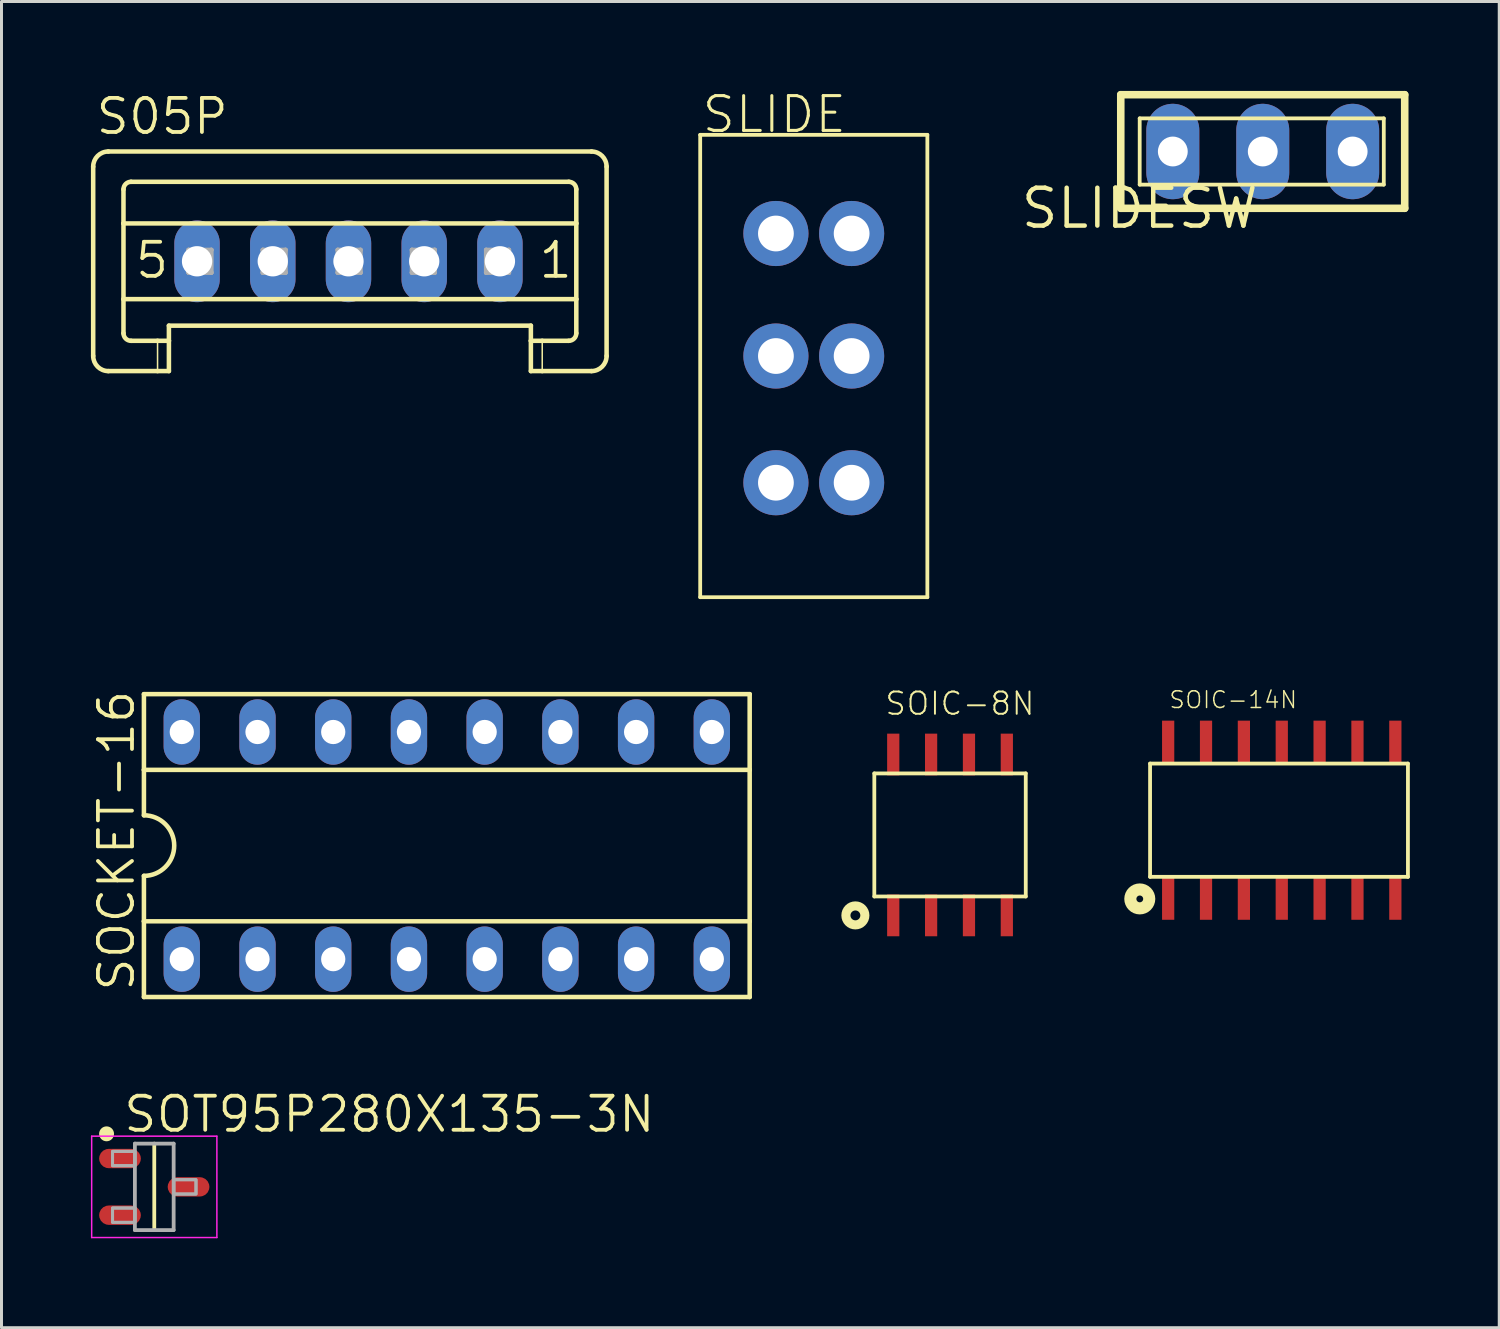
<source format=kicad_pcb>
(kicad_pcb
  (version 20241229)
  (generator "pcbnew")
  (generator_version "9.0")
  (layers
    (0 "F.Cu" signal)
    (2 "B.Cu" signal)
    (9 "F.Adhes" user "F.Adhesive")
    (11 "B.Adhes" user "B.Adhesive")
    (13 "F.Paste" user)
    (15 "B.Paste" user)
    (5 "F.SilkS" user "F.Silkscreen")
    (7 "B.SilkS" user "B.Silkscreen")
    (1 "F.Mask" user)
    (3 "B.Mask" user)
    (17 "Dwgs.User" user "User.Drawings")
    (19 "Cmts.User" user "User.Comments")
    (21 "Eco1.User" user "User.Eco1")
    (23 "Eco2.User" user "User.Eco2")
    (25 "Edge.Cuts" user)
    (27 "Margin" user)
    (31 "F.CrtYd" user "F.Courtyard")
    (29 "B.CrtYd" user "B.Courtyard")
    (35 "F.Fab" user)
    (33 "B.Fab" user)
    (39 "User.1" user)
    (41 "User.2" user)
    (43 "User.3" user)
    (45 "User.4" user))
  (footprint "SOIC-14N"
    (layer "F.Cu")
    (at 39.629 24.564)
    (property "Reference" "SOIC-14N" (at -3.493 -3.81 0) (layer "F.SilkS") (effects (font (size 0.561 0.561) (thickness 0.049)) (justify left bottom)))
    (fp_line (start -4.1 -2) (end -4.1 1.8) (stroke (width 0.127) (type solid)) (layer "F.SilkS"))
    (fp_line (start -4.1 1.8) (end 4.55 1.8) (stroke (width 0.127) (type solid)) (layer "F.SilkS"))
    (fp_line (start 4.55 -2) (end -4.1 -2) (stroke (width 0.127) (type solid)) (layer "F.SilkS"))
    (fp_line (start 4.55 1.8) (end 4.55 -2) (stroke (width 0.127) (type solid)) (layer "F.SilkS"))
    (fp_circle (center -4.445 2.54) (end -4.128 2.54) (stroke (width 0.406) (type solid)) (fill no) (layer "F.SilkS"))
    (pad "1" smd rect (at -3.493 2.54 90) (size 1.4 0.41) (layers "F.Cu" "F.Mask" "F.Paste"))
    (pad "2" smd rect (at -2.223 2.54 90) (size 1.4 0.41) (layers "F.Cu" "F.Mask" "F.Paste"))
    (pad "3" smd rect (at -0.953 2.54 90) (size 1.4 0.41) (layers "F.Cu" "F.Mask" "F.Paste"))
    (pad "4" smd rect (at 0.318 2.54 90) (size 1.4 0.41) (layers "F.Cu" "F.Mask" "F.Paste"))
    (pad "5" smd rect (at 1.587 2.54 90) (size 1.4 0.41) (layers "F.Cu" "F.Mask" "F.Paste"))
    (pad "6" smd rect (at 2.857 2.54 90) (size 1.4 0.41) (layers "F.Cu" "F.Mask" "F.Paste"))
    (pad "7" smd rect (at 4.128 2.54 90) (size 1.4 0.41) (layers "F.Cu" "F.Mask" "F.Paste"))
    (pad "8" smd rect (at 4.128 -2.74 90) (size 1.4 0.41) (layers "F.Cu" "F.Mask" "F.Paste"))
    (pad "9" smd rect (at 2.857 -2.74 90) (size 1.4 0.41) (layers "F.Cu" "F.Mask" "F.Paste"))
    (pad "10" smd rect (at 1.587 -2.74 90) (size 1.4 0.41) (layers "F.Cu" "F.Mask" "F.Paste"))
    (pad "11" smd rect (at 0.318 -2.74 90) (size 1.4 0.41) (layers "F.Cu" "F.Mask" "F.Paste"))
    (pad "12" smd rect (at -0.953 -2.74 90) (size 1.4 0.41) (layers "F.Cu" "F.Mask" "F.Paste"))
    (pad "13" smd rect (at -2.223 -2.74 90) (size 1.4 0.41) (layers "F.Cu" "F.Mask" "F.Paste"))
    (pad "14" smd rect (at -3.493 -2.74 90) (size 1.4 0.41) (layers "F.Cu" "F.Mask" "F.Paste")))
  (footprint "SOCKET-16"
    (layer "F.Cu")
    (at 11.938 25.315)
    (property "Reference" "SOCKET-16" (at -10.414 4.953 90) (layer "F.SilkS") (effects (font (size 1.143 1.143) (thickness 0.127)) (justify left bottom)))
    (fp_line (start -10.16 -5.08) (end -10.16 -2.54) (stroke (width 0.152) (type solid)) (layer "F.SilkS"))
    (fp_line (start -10.16 -2.54) (end -10.16 -1.016) (stroke (width 0.152) (type solid)) (layer "F.SilkS"))
    (fp_line (start -10.16 -2.54) (end 10.16 -2.54) (stroke (width 0.152) (type solid)) (layer "F.SilkS"))
    (fp_line (start -10.16 2.54) (end -10.16 1.016) (stroke (width 0.152) (type solid)) (layer "F.SilkS"))
    (fp_line (start -10.16 2.54) (end 10.16 2.54) (stroke (width 0.152) (type solid)) (layer "F.SilkS"))
    (fp_line (start -10.16 5.08) (end -10.16 2.54) (stroke (width 0.152) (type solid)) (layer "F.SilkS"))
    (fp_line (start -10.16 5.08) (end 10.16 5.08) (stroke (width 0.152) (type solid)) (layer "F.SilkS"))
    (fp_line (start 10.16 -5.08) (end -10.16 -5.08) (stroke (width 0.152) (type solid)) (layer "F.SilkS"))
    (fp_line (start 10.16 -5.08) (end 10.16 -2.54) (stroke (width 0.152) (type solid)) (layer "F.SilkS"))
    (fp_line (start 10.16 -2.54) (end 10.16 2.54) (stroke (width 0.152) (type solid)) (layer "F.SilkS"))
    (fp_line (start 10.16 2.54) (end 10.16 5.08) (stroke (width 0.152) (type solid)) (layer "F.SilkS"))
    (fp_arc (start -10.16 -1.016) (mid -9.144 0) (end -10.16 1.016) (stroke (width 0.1524) (type solid)) (layer "F.SilkS"))
    (pad "1" thru_hole oval (at -8.89 3.81 90) (size 2.195 1.219) (drill 0.813) (layers "*.Cu" "*.Mask"))
    (pad "2" thru_hole oval (at -6.35 3.81 90) (size 2.195 1.219) (drill 0.813) (layers "*.Cu" "*.Mask"))
    (pad "3" thru_hole oval (at -3.81 3.81 90) (size 2.195 1.219) (drill 0.813) (layers "*.Cu" "*.Mask"))
    (pad "4" thru_hole oval (at -1.27 3.81 90) (size 2.195 1.219) (drill 0.813) (layers "*.Cu" "*.Mask"))
    (pad "5" thru_hole oval (at 1.27 3.81 90) (size 2.195 1.219) (drill 0.813) (layers "*.Cu" "*.Mask"))
    (pad "6" thru_hole oval (at 3.81 3.81 90) (size 2.195 1.219) (drill 0.813) (layers "*.Cu" "*.Mask"))
    (pad "7" thru_hole oval (at 6.35 3.81 90) (size 2.195 1.219) (drill 0.813) (layers "*.Cu" "*.Mask"))
    (pad "8" thru_hole oval (at 8.89 3.81 90) (size 2.195 1.219) (drill 0.813) (layers "*.Cu" "*.Mask"))
    (pad "9" thru_hole oval (at 8.89 -3.81 90) (size 2.195 1.219) (drill 0.813) (layers "*.Cu" "*.Mask"))
    (pad "10" thru_hole oval (at 6.35 -3.81 90) (size 2.195 1.219) (drill 0.813) (layers "*.Cu" "*.Mask"))
    (pad "11" thru_hole oval (at 3.81 -3.81 90) (size 2.195 1.219) (drill 0.813) (layers "*.Cu" "*.Mask"))
    (pad "12" thru_hole oval (at 1.27 -3.81 90) (size 2.195 1.219) (drill 0.813) (layers "*.Cu" "*.Mask"))
    (pad "13" thru_hole oval (at -1.27 -3.81 90) (size 2.195 1.219) (drill 0.813) (layers "*.Cu" "*.Mask"))
    (pad "14" thru_hole oval (at -3.81 -3.81 90) (size 2.195 1.219) (drill 0.813) (layers "*.Cu" "*.Mask"))
    (pad "15" thru_hole oval (at -6.35 -3.81 90) (size 2.195 1.219) (drill 0.813) (layers "*.Cu" "*.Mask"))
    (pad "16" thru_hole oval (at -8.89 -3.81 90) (size 2.195 1.219) (drill 0.813) (layers "*.Cu" "*.Mask")))
  (footprint "S05P"
    (layer "F.Cu")
    (at 8.64 5.715)
    (property "Reference" "S05P" (at -8.538 -4.191 0) (layer "F.SilkS") (effects (font (size 1.143 1.143) (thickness 0.127)) (justify left bottom)))
    (fp_line (start -8.564 -3.175) (end -8.564 3.175) (stroke (width 0.152) (type solid)) (layer "F.SilkS"))
    (fp_line (start -8.056 -3.683) (end 8.15 -3.683) (stroke (width 0.152) (type solid)) (layer "F.SilkS"))
    (fp_line (start -7.548 -1.27) (end -7.548 -2.413) (stroke (width 0.152) (type solid)) (layer "F.SilkS"))
    (fp_line (start -7.548 -1.27) (end 7.642 -1.27) (stroke (width 0.152) (type solid)) (layer "F.SilkS"))
    (fp_line (start -7.548 1.27) (end -7.548 -1.27) (stroke (width 0.152) (type solid)) (layer "F.SilkS"))
    (fp_line (start -7.548 1.27) (end 7.642 1.27) (stroke (width 0.152) (type solid)) (layer "F.SilkS"))
    (fp_line (start -7.548 2.413) (end -7.548 1.27) (stroke (width 0.152) (type solid)) (layer "F.SilkS"))
    (fp_line (start -7.294 -2.667) (end 7.388 -2.667) (stroke (width 0.152) (type solid)) (layer "F.SilkS"))
    (fp_line (start -7.294 2.667) (end -6.405 2.667) (stroke (width 0.152) (type solid)) (layer "F.SilkS"))
    (fp_line (start -6.405 2.667) (end -6.405 3.683) (stroke (width 0.051) (type solid)) (layer "F.SilkS"))
    (fp_line (start -6.405 2.667) (end -6.024 2.667) (stroke (width 0.152) (type solid)) (layer "F.SilkS"))
    (fp_line (start -6.405 3.683) (end -8.056 3.683) (stroke (width 0.152) (type solid)) (layer "F.SilkS"))
    (fp_line (start -6.024 2.159) (end 6.118 2.159) (stroke (width 0.152) (type solid)) (layer "F.SilkS"))
    (fp_line (start -6.024 2.667) (end -6.024 2.159) (stroke (width 0.152) (type solid)) (layer "F.SilkS"))
    (fp_line (start -6.024 2.667) (end -6.024 3.683) (stroke (width 0.152) (type solid)) (layer "F.SilkS"))
    (fp_line (start -6.024 3.683) (end -6.405 3.683) (stroke (width 0.152) (type solid)) (layer "F.SilkS"))
    (fp_line (start 6.118 2.667) (end 6.118 2.159) (stroke (width 0.152) (type solid)) (layer "F.SilkS"))
    (fp_line (start 6.118 2.667) (end 6.499 2.667) (stroke (width 0.152) (type solid)) (layer "F.SilkS"))
    (fp_line (start 6.118 3.683) (end 6.118 2.667) (stroke (width 0.152) (type solid)) (layer "F.SilkS"))
    (fp_line (start 6.499 2.667) (end 6.499 3.683) (stroke (width 0.051) (type solid)) (layer "F.SilkS"))
    (fp_line (start 6.499 2.667) (end 7.388 2.667) (stroke (width 0.152) (type solid)) (layer "F.SilkS"))
    (fp_line (start 6.499 3.683) (end 6.118 3.683) (stroke (width 0.152) (type solid)) (layer "F.SilkS"))
    (fp_line (start 7.642 -1.27) (end 7.642 -2.413) (stroke (width 0.152) (type solid)) (layer "F.SilkS"))
    (fp_line (start 7.642 1.27) (end 7.642 -1.27) (stroke (width 0.152) (type solid)) (layer "F.SilkS"))
    (fp_line (start 7.642 2.413) (end 7.642 1.27) (stroke (width 0.152) (type solid)) (layer "F.SilkS"))
    (fp_line (start 8.15 3.683) (end 6.499 3.683) (stroke (width 0.152) (type solid)) (layer "F.SilkS"))
    (fp_line (start 8.658 -3.175) (end 8.658 3.175) (stroke (width 0.152) (type solid)) (layer "F.SilkS"))
    (fp_arc (start -8.564 -3.175) (mid -8.41521 -3.53421) (end -8.056 -3.683) (stroke (width 0.1524) (type solid)) (layer "F.SilkS"))
    (fp_arc (start -8.056 3.683) (mid -8.41521 3.53421) (end -8.564 3.175) (stroke (width 0.1524) (type solid)) (layer "F.SilkS"))
    (fp_arc (start -7.548 -2.413) (mid -7.473605 -2.592605) (end -7.294 -2.667) (stroke (width 0.1524) (type solid)) (layer "F.SilkS"))
    (fp_arc (start -7.294 2.667) (mid -7.473605 2.592605) (end -7.548 2.413) (stroke (width 0.1524) (type solid)) (layer "F.SilkS"))
    (fp_arc (start 7.388 -2.667) (mid 7.567605 -2.592605) (end 7.642 -2.413) (stroke (width 0.1524) (type solid)) (layer "F.SilkS"))
    (fp_arc (start 7.642 2.413) (mid 7.567605 2.592605) (end 7.388 2.667) (stroke (width 0.1524) (type solid)) (layer "F.SilkS"))
    (fp_arc (start 8.15 -3.683) (mid 8.50921 -3.53421) (end 8.658 -3.175) (stroke (width 0.1524) (type solid)) (layer "F.SilkS"))
    (fp_arc (start 8.658 3.175) (mid 8.50921 3.53421) (end 8.15 3.683) (stroke (width 0.1524) (type solid)) (layer "F.SilkS"))
    (fp_line (start -5.363 -0.381) (end -5.363 0.381) (stroke (width 0.152) (type solid)) (layer "F.Fab"))
    (fp_line (start -5.363 -0.381) (end -4.601 0.381) (stroke (width 0.152) (type solid)) (layer "F.Fab"))
    (fp_line (start -5.363 0.381) (end -4.601 0.381) (stroke (width 0.152) (type solid)) (layer "F.Fab"))
    (fp_line (start -4.601 -0.381) (end -5.363 -0.381) (stroke (width 0.152) (type solid)) (layer "F.Fab"))
    (fp_line (start -4.601 -0.381) (end -5.363 0.381) (stroke (width 0.152) (type solid)) (layer "F.Fab"))
    (fp_line (start -4.601 0.381) (end -4.601 -0.381) (stroke (width 0.152) (type solid)) (layer "F.Fab"))
    (fp_line (start -2.874 -0.381) (end -2.874 0.381) (stroke (width 0.152) (type solid)) (layer "F.Fab"))
    (fp_line (start -2.874 -0.381) (end -2.112 0.381) (stroke (width 0.152) (type solid)) (layer "F.Fab"))
    (fp_line (start -2.874 0.381) (end -2.112 0.381) (stroke (width 0.152) (type solid)) (layer "F.Fab"))
    (fp_line (start -2.112 -0.381) (end -2.874 -0.381) (stroke (width 0.152) (type solid)) (layer "F.Fab"))
    (fp_line (start -2.112 -0.381) (end -2.874 0.381) (stroke (width 0.152) (type solid)) (layer "F.Fab"))
    (fp_line (start -2.112 0.381) (end -2.112 -0.381) (stroke (width 0.152) (type solid)) (layer "F.Fab"))
    (fp_line (start -0.359 -0.381) (end -0.359 0.381) (stroke (width 0.152) (type solid)) (layer "F.Fab"))
    (fp_line (start -0.359 -0.381) (end 0.403 0.381) (stroke (width 0.152) (type solid)) (layer "F.Fab"))
    (fp_line (start -0.359 0.381) (end 0.403 0.381) (stroke (width 0.152) (type solid)) (layer "F.Fab"))
    (fp_line (start 0.403 -0.381) (end -0.359 -0.381) (stroke (width 0.152) (type solid)) (layer "F.Fab"))
    (fp_line (start 0.403 -0.381) (end -0.359 0.381) (stroke (width 0.152) (type solid)) (layer "F.Fab"))
    (fp_line (start 0.403 0.381) (end 0.403 -0.381) (stroke (width 0.152) (type solid)) (layer "F.Fab"))
    (fp_line (start 2.13 -0.381) (end 2.13 0.381) (stroke (width 0.152) (type solid)) (layer "F.Fab"))
    (fp_line (start 2.13 -0.381) (end 2.892 0.381) (stroke (width 0.152) (type solid)) (layer "F.Fab"))
    (fp_line (start 2.13 0.381) (end 2.892 0.381) (stroke (width 0.152) (type solid)) (layer "F.Fab"))
    (fp_line (start 2.892 -0.381) (end 2.13 -0.381) (stroke (width 0.152) (type solid)) (layer "F.Fab"))
    (fp_line (start 2.892 -0.381) (end 2.13 0.381) (stroke (width 0.152) (type solid)) (layer "F.Fab"))
    (fp_line (start 2.892 0.381) (end 2.892 -0.381) (stroke (width 0.152) (type solid)) (layer "F.Fab"))
    (fp_line (start 4.619 -0.381) (end 4.619 0.381) (stroke (width 0.152) (type solid)) (layer "F.Fab"))
    (fp_line (start 4.619 -0.381) (end 5.381 0.381) (stroke (width 0.152) (type solid)) (layer "F.Fab"))
    (fp_line (start 4.619 0.381) (end 5.381 0.381) (stroke (width 0.152) (type solid)) (layer "F.Fab"))
    (fp_line (start 5.381 -0.381) (end 4.619 -0.381) (stroke (width 0.152) (type solid)) (layer "F.Fab"))
    (fp_line (start 5.381 -0.381) (end 4.619 0.381) (stroke (width 0.152) (type solid)) (layer "F.Fab"))
    (fp_line (start 5.381 0.381) (end 5.381 -0.381) (stroke (width 0.152) (type solid)) (layer "F.Fab"))
    (fp_text user "1" (at 6.321 0.635 0) (layer "F.SilkS") (effects (font (size 1.143 1.143) (thickness 0.127)) (justify left bottom)))
    (fp_text user "5" (at -7.217 0.635 0) (layer "F.SilkS") (effects (font (size 1.143 1.143) (thickness 0.127)) (justify left bottom)))
    (pad "1" thru_hole oval (at 5.08 0 90) (size 2.743 1.524) (drill 1.016) (layers "*.Cu" "*.Mask"))
    (pad "2" thru_hole oval (at 2.54 0 90) (size 2.743 1.524) (drill 1.016) (layers "*.Cu" "*.Mask"))
    (pad "3" thru_hole oval (at 0 0 90) (size 2.743 1.524) (drill 1.016) (layers "*.Cu" "*.Mask"))
    (pad "4" thru_hole oval (at -2.54 0 90) (size 2.743 1.524) (drill 1.016) (layers "*.Cu" "*.Mask"))
    (pad "5" thru_hole oval (at -5.08 0 90) (size 2.743 1.524) (drill 1.016) (layers "*.Cu" "*.Mask")))
  (footprint "SLIDESW"
    (layer "F.Cu")
    (at 35.181 3.937)
    (property "Reference" "SLIDESW" (at 0 0 0) (layer "F.SilkS") (effects (font (size 1.27 1.27) (thickness 0.15))))
    (fp_line (start -0.635 0) (end -0.635 -3.81) (stroke (width 0.254) (type solid)) (layer "F.SilkS"))
    (fp_line (start -0.635 0) (end 8.89 0) (stroke (width 0.254) (type solid)) (layer "F.SilkS"))
    (fp_line (start 0 -3.016) (end 0 -0.794) (stroke (width 0.127) (type solid)) (layer "F.SilkS"))
    (fp_line (start 0 -0.794) (end 8.188 -0.794) (stroke (width 0.127) (type solid)) (layer "F.SilkS"))
    (fp_line (start 8.188 -3.016) (end 0 -3.016) (stroke (width 0.127) (type solid)) (layer "F.SilkS"))
    (fp_line (start 8.188 -0.794) (end 8.188 -3.016) (stroke (width 0.127) (type solid)) (layer "F.SilkS"))
    (fp_line (start 8.89 -3.81) (end -0.635 -3.81) (stroke (width 0.254) (type solid)) (layer "F.SilkS"))
    (fp_line (start 8.89 -3.81) (end 8.89 0) (stroke (width 0.254) (type solid)) (layer "F.SilkS"))
    (fp_circle (center 1.111 -1.905) (end 1.161 -1.905) (stroke (width 0.127) (type solid)) (fill no) (layer "B.SilkS"))
    (fp_circle (center 4.128 -1.905) (end 4.178 -1.905) (stroke (width 0.127) (type solid)) (fill no) (layer "B.SilkS"))
    (fp_circle (center 7.144 -1.905) (end 7.194 -1.905) (stroke (width 0.127) (type solid)) (fill no) (layer "B.SilkS"))
    (pad "P1" thru_hole oval (at 1.111 -1.905 90) (size 3.2 1.778) (drill 1) (layers "*.Cu" "*.Mask"))
    (pad "P2" thru_hole oval (at 4.128 -1.905 90) (size 3.2 1.778) (drill 1) (layers "*.Cu" "*.Mask"))
    (pad "P3" thru_hole oval (at 7.144 -1.905 90) (size 3.2 1.778) (drill 1) (layers "*.Cu" "*.Mask")))
  (footprint "SOIC-8N"
    (layer "F.Cu")
    (at 28.819 25.117)
    (property "Reference" "SOIC-8N" (at -2.223 -4.128 0) (layer "F.SilkS") (effects (font (size 0.748 0.748) (thickness 0.065)) (justify left bottom)))
    (fp_line (start -2.54 -2.223) (end -2.54 1.905) (stroke (width 0.127) (type solid)) (layer "F.SilkS"))
    (fp_line (start -2.54 1.905) (end 2.54 1.905) (stroke (width 0.127) (type solid)) (layer "F.SilkS"))
    (fp_line (start 2.54 -2.223) (end -2.54 -2.223) (stroke (width 0.127) (type solid)) (layer "F.SilkS"))
    (fp_line (start 2.54 1.905) (end 2.54 -2.223) (stroke (width 0.127) (type solid)) (layer "F.SilkS"))
    (fp_circle (center -3.175 2.54) (end -2.857 2.54) (stroke (width 0.305) (type solid)) (fill no) (layer "F.SilkS"))
    (pad "1" smd rect (at -1.905 2.54 90) (size 1.4 0.41) (layers "F.Cu" "F.Mask" "F.Paste"))
    (pad "2" smd rect (at -0.635 2.54 90) (size 1.4 0.41) (layers "F.Cu" "F.Mask" "F.Paste"))
    (pad "3" smd rect (at 0.635 2.54 90) (size 1.4 0.41) (layers "F.Cu" "F.Mask" "F.Paste"))
    (pad "4" smd rect (at 1.905 2.54 90) (size 1.4 0.41) (layers "F.Cu" "F.Mask" "F.Paste"))
    (pad "5" smd rect (at 1.905 -2.857 90) (size 1.4 0.41) (layers "F.Cu" "F.Mask" "F.Paste"))
    (pad "6" smd rect (at 0.635 -2.857 90) (size 1.4 0.41) (layers "F.Cu" "F.Mask" "F.Paste"))
    (pad "7" smd rect (at -0.635 -2.857 90) (size 1.4 0.41) (layers "F.Cu" "F.Mask" "F.Paste"))
    (pad "8" smd rect (at -1.905 -2.857 90) (size 1.4 0.41) (layers "F.Cu" "F.Mask" "F.Paste")))
  (footprint "SOT95P280X135-3N"
    (layer "F.Cu")
    (at 2.125 36.763)
    (property "Reference" "SOT95P280X135-3N" (at -1.096 -1.768 0) (layer "F.SilkS") (effects (font (size 1.143 1.143) (thickness 0.127)) (justify left bottom)))
    (fp_line (start 0 -1.45) (end 0 1.45) (stroke (width 0.127) (type solid)) (layer "F.SilkS"))
    (fp_circle (center -1.6 -1.779) (end -1.475 -1.779) (stroke (width 0.25) (type solid)) (fill yes) (layer "F.SilkS"))
    (fp_line (start -2.1 -1.7) (end 2.1 -1.7) (stroke (width 0.05) (type solid)) (layer "F.CrtYd"))
    (fp_line (start -2.1 1.7) (end -2.1 -1.7) (stroke (width 0.05) (type solid)) (layer "F.CrtYd"))
    (fp_line (start 2.1 -1.7) (end 2.1 1.7) (stroke (width 0.05) (type solid)) (layer "F.CrtYd"))
    (fp_line (start 2.1 1.7) (end -2.1 1.7) (stroke (width 0.05) (type solid)) (layer "F.CrtYd"))
    (fp_line (start -0.65 -1.45) (end 0.65 -1.45) (stroke (width 0.127) (type solid)) (layer "F.Fab"))
    (fp_line (start -0.65 1.45) (end -0.65 -1.45) (stroke (width 0.127) (type solid)) (layer "F.Fab"))
    (fp_line (start 0.65 -1.45) (end 0.65 1.45) (stroke (width 0.127) (type solid)) (layer "F.Fab"))
    (fp_line (start 0.65 1.45) (end -0.65 1.45) (stroke (width 0.127) (type solid)) (layer "F.Fab"))
    (fp_poly (pts (xy -1.4 -0.71) (xy -0.65 -0.71) (xy -0.65 -1.19) (xy -1.4 -1.19)) (stroke (width 0.1) (type default)) (fill no) (layer "F.Fab"))
    (fp_poly (pts (xy -1.4 -0.71) (xy -0.65 -0.71) (xy -0.65 -1.19) (xy -1.4 -1.19)) (stroke (width 0.1) (type default)) (fill no) (layer "F.Fab"))
    (fp_poly (pts (xy -1.4 1.19) (xy -0.65 1.19) (xy -0.65 0.71) (xy -1.4 0.71)) (stroke (width 0.1) (type default)) (fill no) (layer "F.Fab"))
    (fp_poly (pts (xy -1.4 1.19) (xy -0.65 1.19) (xy -0.65 0.71) (xy -1.4 0.71)) (stroke (width 0.1) (type default)) (fill no) (layer "F.Fab"))
    (fp_poly (pts (xy 0.65 0.24) (xy 1.4 0.24) (xy 1.4 -0.24) (xy 0.65 -0.24)) (stroke (width 0.1) (type default)) (fill no) (layer "F.Fab"))
    (fp_poly (pts (xy 0.65 0.24) (xy 1.4 0.24) (xy 1.4 -0.24) (xy 0.65 -0.24)) (stroke (width 0.1) (type default)) (fill no) (layer "F.Fab"))
    (pad "1" smd roundrect (at -1.15 -0.95 90) (size 0.65 1.4) (layers "F.Cu" "F.Mask" "F.Paste") (roundrect_rratio 0.5))
    (pad "2" smd roundrect (at -1.15 0.95 90) (size 0.65 1.4) (layers "F.Cu" "F.Mask" "F.Paste") (roundrect_rratio 0.5))
    (pad "3" smd roundrect (at 1.15 0 90) (size 0.65 1.4) (layers "F.Cu" "F.Mask" "F.Paste") (roundrect_rratio 0.5)))
  (footprint "SLIDE"
    (layer "F.Cu")
    (at 22.978 4.013)
    (property "Reference" "SLIDE" (at -2.54 -2.54 0) (layer "F.SilkS") (effects (font (size 1.168 1.168) (thickness 0.102)) (justify left bottom)))
    (fp_line (start -2.54 -2.54) (end -2.54 12.97) (stroke (width 0.127) (type solid)) (layer "F.SilkS"))
    (fp_line (start -2.54 12.97) (end 5.08 12.97) (stroke (width 0.127) (type solid)) (layer "F.SilkS"))
    (fp_line (start 5.08 -2.54) (end -2.54 -2.54) (stroke (width 0.127) (type solid)) (layer "F.SilkS"))
    (fp_line (start 5.08 12.97) (end 5.08 -2.54) (stroke (width 0.127) (type solid)) (layer "F.SilkS"))
    (pad "1" thru_hole circle (at 0 0.77) (size 2.184 2.184) (drill 1.2) (layers "*.Cu" "*.Mask"))
    (pad "2" thru_hole circle (at 2.54 0.77) (size 2.184 2.184) (drill 1.2) (layers "*.Cu" "*.Mask"))
    (pad "3" thru_hole circle (at 0 4.88) (size 2.184 2.184) (drill 1.2) (layers "*.Cu" "*.Mask"))
    (pad "4" thru_hole circle (at 2.54 4.88) (size 2.184 2.184) (drill 1.2) (layers "*.Cu" "*.Mask"))
    (pad "5" thru_hole circle (at 0 9.13) (size 2.184 2.184) (drill 1.2) (layers "*.Cu" "*.Mask"))
    (pad "6" thru_hole circle (at 2.54 9.13) (size 2.184 2.184) (drill 1.2) (layers "*.Cu" "*.Mask")))
  (gr_rect
    (start -3 -3)
    (end 47.242 41.488)
    (stroke (width 0.1) (type default))
    (fill no)
    (layer "Edge.Cuts")))
</source>
